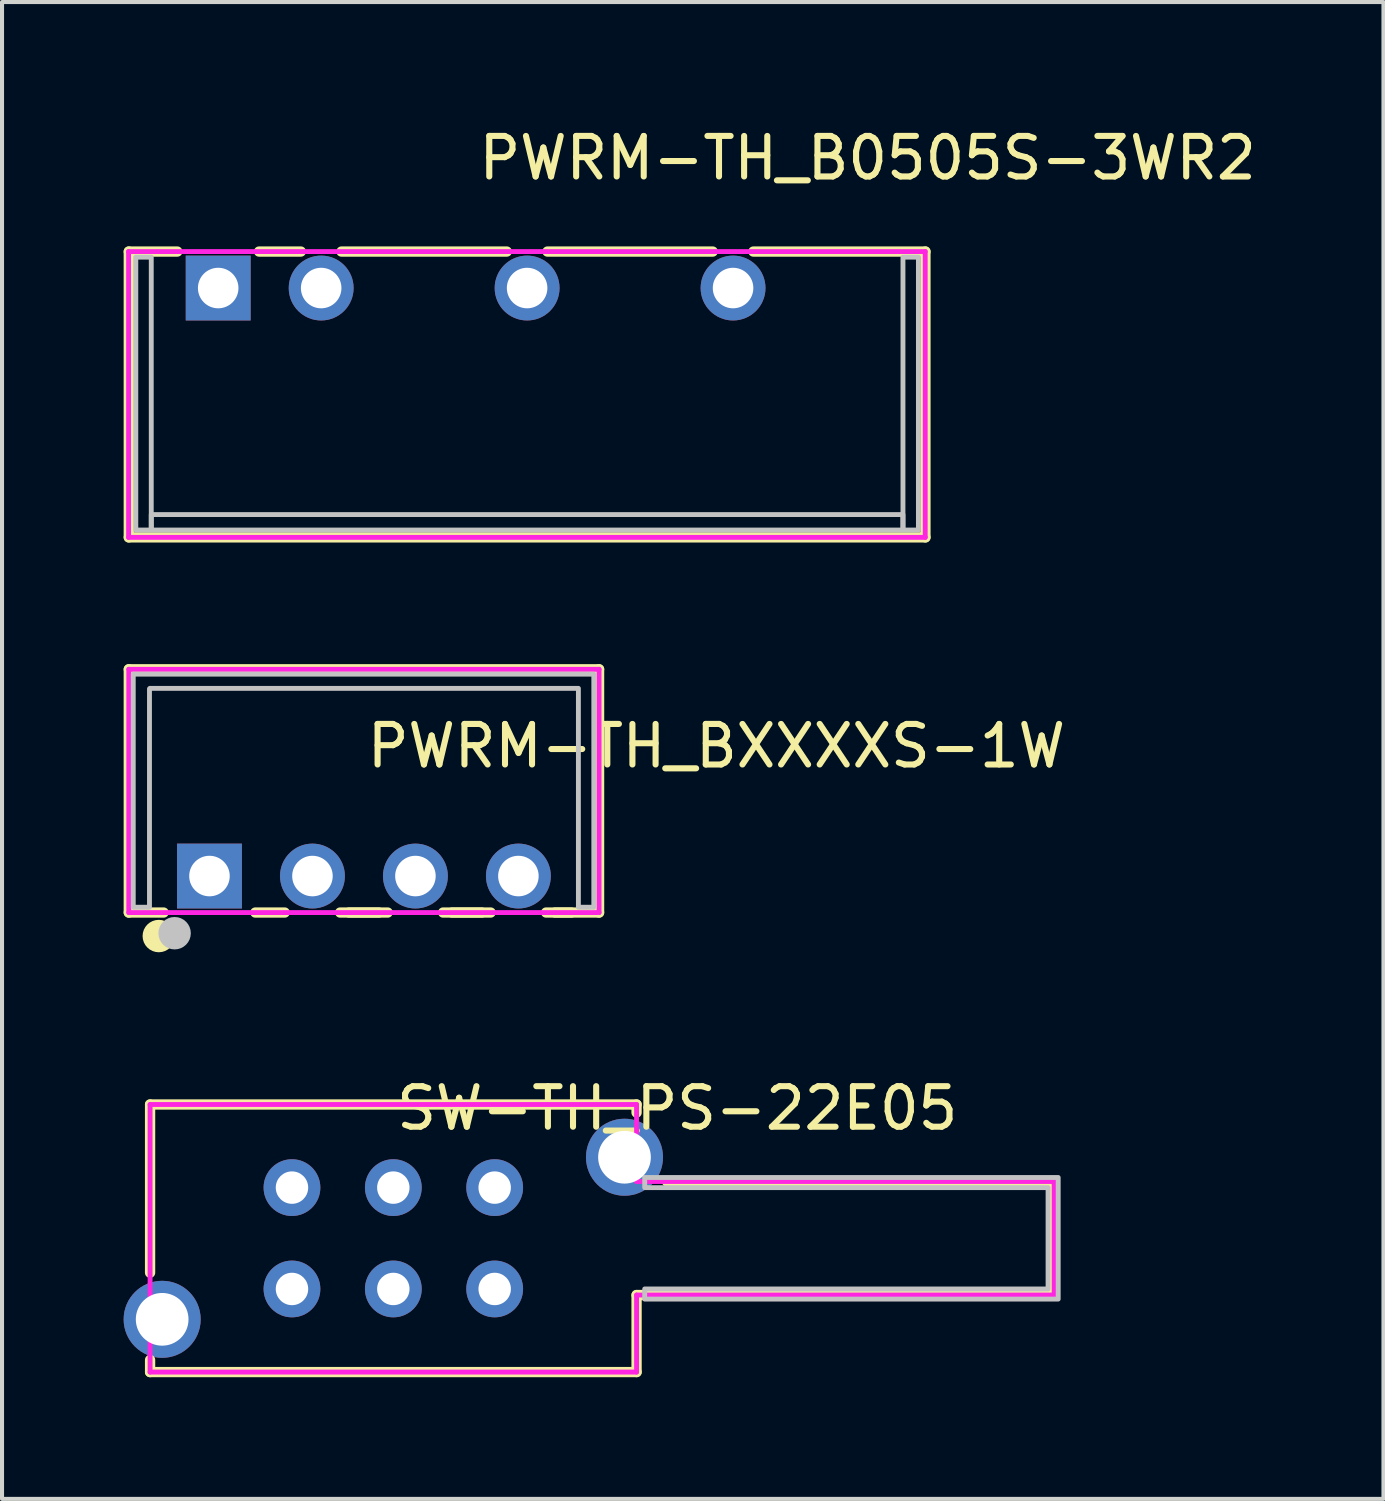
<source format=kicad_pcb>
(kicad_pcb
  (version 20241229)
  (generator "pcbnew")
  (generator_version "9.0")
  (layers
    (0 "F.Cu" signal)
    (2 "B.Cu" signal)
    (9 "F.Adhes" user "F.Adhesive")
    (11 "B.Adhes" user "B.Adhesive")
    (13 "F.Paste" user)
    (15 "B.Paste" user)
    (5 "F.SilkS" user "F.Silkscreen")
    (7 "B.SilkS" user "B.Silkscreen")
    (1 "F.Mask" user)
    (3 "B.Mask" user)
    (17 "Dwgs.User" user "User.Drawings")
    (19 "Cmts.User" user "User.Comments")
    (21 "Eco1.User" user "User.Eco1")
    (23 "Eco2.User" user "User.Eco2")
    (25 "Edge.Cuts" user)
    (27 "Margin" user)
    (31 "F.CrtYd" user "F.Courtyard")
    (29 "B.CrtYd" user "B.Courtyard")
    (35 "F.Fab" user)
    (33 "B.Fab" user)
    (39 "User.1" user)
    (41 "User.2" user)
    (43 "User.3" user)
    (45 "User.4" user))
  (footprint "PWRM-TH_B0505S-3WR2"
    (layer "F.Cu")
    (at 8.682 4.055)
    (property "Reference" "PWRM-TH_B0505S-3WR2" (at 0 -3.207 0) (layer "F.SilkS") (effects (font (size 1 1) (thickness 0.15)) (justify left)))
    (attr through_hole)
    (fp_line (start -8.555 -0.9) (end -8.555 6.15) (stroke (width 0.254) (type solid)) (layer "F.SilkS"))
    (fp_line (start -8.555 -0.9) (end -7.358 -0.9) (stroke (width 0.254) (type solid)) (layer "F.SilkS"))
    (fp_line (start -8.555 6.15) (end 11.095 6.15) (stroke (width 0.254) (type solid)) (layer "F.SilkS"))
    (fp_line (start -5.342 -0.9) (end -4.311 -0.9) (stroke (width 0.254) (type solid)) (layer "F.SilkS"))
    (fp_line (start -3.309 -0.9) (end 0.769 -0.9) (stroke (width 0.254) (type solid)) (layer "F.SilkS"))
    (fp_line (start 1.771 -0.9) (end 5.849 -0.9) (stroke (width 0.254) (type solid)) (layer "F.SilkS"))
    (fp_line (start 6.851 -0.9) (end 11.095 -0.9) (stroke (width 0.254) (type solid)) (layer "F.SilkS"))
    (fp_line (start 11.095 -0.9) (end 11.095 6.15) (stroke (width 0.254) (type solid)) (layer "F.SilkS"))
    (fp_poly (pts (xy -8.382 -0.762) (xy -8.382 5.969) (xy -8.001 5.969) (xy -8.001 -0.762)) (stroke (width 0.12) (type solid)) (fill no) (layer "Dwgs.User"))
    (fp_poly (pts (xy 10.541 5.969) (xy -8.001 5.969) (xy -8.001 5.588) (xy 10.541 5.588)) (stroke (width 0.12) (type solid)) (fill no) (layer "Dwgs.User"))
    (fp_poly (pts (xy 10.922 -0.762) (xy 10.922 5.969) (xy 10.541 5.969) (xy 10.541 -0.762)) (stroke (width 0.12) (type solid)) (fill no) (layer "Dwgs.User"))
    (fp_circle (center -8.555 6.15) (end -8.525 6.15) (stroke (width 0.06) (type solid)) (fill no) (layer "Eco2.User"))
    (fp_poly (pts (xy -6.6 -0.15) (xy -6.1 -0.15) (xy -6.1 0.15) (xy -6.6 0.15)) (stroke (width 0.12) (type solid)) (fill no) (layer "Eco2.User"))
    (fp_poly (pts (xy -4.06 -0.15) (xy -3.56 -0.15) (xy -3.56 0.15) (xy -4.06 0.15)) (stroke (width 0.12) (type solid)) (fill no) (layer "Eco2.User"))
    (fp_poly (pts (xy 1.02 -0.15) (xy 1.52 -0.15) (xy 1.52 0.15) (xy 1.02 0.15)) (stroke (width 0.12) (type solid)) (fill no) (layer "Eco2.User"))
    (fp_poly (pts (xy 6.1 -0.15) (xy 6.6 -0.15) (xy 6.6 0.15) (xy 6.1 0.15)) (stroke (width 0.12) (type solid)) (fill no) (layer "Eco2.User"))
    (fp_line (start -8.56 -0.9) (end 11.09 -0.9) (stroke (width 0.12) (type solid)) (layer "F.CrtYd"))
    (fp_line (start -8.56 6.15) (end -8.56 -0.9) (stroke (width 0.12) (type solid)) (layer "F.CrtYd"))
    (fp_line (start 11.09 -0.9) (end 11.09 6.15) (stroke (width 0.12) (type solid)) (layer "F.CrtYd"))
    (fp_line (start 11.09 6.15) (end -8.56 6.15) (stroke (width 0.12) (type solid)) (layer "F.CrtYd"))
    (pad "1" thru_hole rect (at -6.35 0) (size 1.6 1.6) (drill 1) (layers "*.Cu" "*.Mask"))
    (pad "2" thru_hole circle (at -3.81 0) (size 1.6 1.6) (drill 1) (layers "*.Cu" "*.Mask"))
    (pad "4" thru_hole circle (at 1.27 0) (size 1.6 1.6) (drill 1) (layers "*.Cu" "*.Mask"))
    (pad "6" thru_hole circle (at 6.35 0) (size 1.6 1.6) (drill 1) (layers "*.Cu" "*.Mask")))
  (footprint "PWRM-TH_BXXXXS-1W"
    (layer "F.Cu")
    (at 5.927 18.559)
    (property "Reference" "PWRM-TH_BXXXXS-1W" (at 0 -3.207 0) (layer "F.SilkS") (effects (font (size 1 1) (thickness 0.15)) (justify left)))
    (attr through_hole)
    (fp_line (start -5.8 -5.1) (end -5.8 0.9) (stroke (width 0.254) (type solid)) (layer "F.SilkS"))
    (fp_line (start -5.8 -5.1) (end 5.8 -5.1) (stroke (width 0.254) (type solid)) (layer "F.SilkS"))
    (fp_line (start -5.8 0.9) (end -4.941 0.9) (stroke (width 0.254) (type solid)) (layer "F.SilkS"))
    (fp_line (start -2.679 0.9) (end -1.954 0.9) (stroke (width 0.254) (type solid)) (layer "F.SilkS"))
    (fp_line (start -0.587 0.9) (end 0.586 0.9) (stroke (width 0.254) (type solid)) (layer "F.SilkS"))
    (fp_line (start -0.367 0.9) (end 0.367 0.9) (stroke (width 0.254) (type solid)) (layer "F.SilkS"))
    (fp_line (start 1.953 0.9) (end 3.126 0.9) (stroke (width 0.254) (type solid)) (layer "F.SilkS"))
    (fp_line (start 2.173 0.9) (end 2.907 0.9) (stroke (width 0.254) (type solid)) (layer "F.SilkS"))
    (fp_line (start 4.493 0.9) (end 5.116 0.9) (stroke (width 0.254) (type solid)) (layer "F.SilkS"))
    (fp_line (start 4.713 0.9) (end 5.8 0.9) (stroke (width 0.254) (type solid)) (layer "F.SilkS"))
    (fp_line (start 5.8 -5.1) (end 5.8 0.9) (stroke (width 0.254) (type solid)) (layer "F.SilkS"))
    (fp_circle (center -5.06 1.48) (end -4.86 1.48) (stroke (width 0.4) (type solid)) (fill no) (layer "F.SilkS"))
    (fp_circle (center -4.67 1.41) (end -4.47 1.41) (stroke (width 0.4) (type solid)) (fill no) (layer "Dwgs.User"))
    (fp_poly (pts (xy -5.69 0.77) (xy -5.69 -4.98) (xy 5.67 -4.98) (xy 5.67 0.77) (xy 5.29 0.77) (xy 5.29 -4.63) (xy -5.28 -4.63) (xy -5.29 -4.62) (xy -5.29 0.77)) (stroke (width 0.12) (type solid)) (fill no) (layer "Dwgs.User"))
    (fp_circle (center 5.8 -5.1) (end 5.83 -5.1) (stroke (width 0.06) (type solid)) (fill no) (layer "Eco2.User"))
    (fp_poly (pts (xy -4.06 -0.15) (xy -3.56 -0.15) (xy -3.56 0.15) (xy -4.06 0.15)) (stroke (width 0.12) (type solid)) (fill no) (layer "Eco2.User"))
    (fp_poly (pts (xy -1.52 -0.15) (xy -1.02 -0.15) (xy -1.02 0.15) (xy -1.52 0.15)) (stroke (width 0.12) (type solid)) (fill no) (layer "Eco2.User"))
    (fp_poly (pts (xy 1.02 -0.15) (xy 1.52 -0.15) (xy 1.52 0.15) (xy 1.02 0.15)) (stroke (width 0.12) (type solid)) (fill no) (layer "Eco2.User"))
    (fp_poly (pts (xy 3.56 -0.15) (xy 4.06 -0.15) (xy 4.06 0.15) (xy 3.56 0.15)) (stroke (width 0.12) (type solid)) (fill no) (layer "Eco2.User"))
    (fp_line (start -5.8 -5.1) (end 5.8 -5.1) (stroke (width 0.12) (type solid)) (layer "F.CrtYd"))
    (fp_line (start -5.8 0.9) (end -5.8 -5.1) (stroke (width 0.12) (type solid)) (layer "F.CrtYd"))
    (fp_line (start 5.8 -5.1) (end 5.8 0.9) (stroke (width 0.12) (type solid)) (layer "F.CrtYd"))
    (fp_line (start 5.8 0.9) (end -5.8 0.9) (stroke (width 0.12) (type solid)) (layer "F.CrtYd"))
    (pad "1" thru_hole rect (at -3.81 0) (size 1.6 1.6) (drill 1) (layers "*.Cu" "*.Mask"))
    (pad "2" thru_hole circle (at -1.27 0) (size 1.6 1.6) (drill 1) (layers "*.Cu" "*.Mask"))
    (pad "3" thru_hole circle (at 1.27 0) (size 1.6 1.6) (drill 1) (layers "*.Cu" "*.Mask"))
    (pad "4" thru_hole circle (at 3.81 0) (size 1.6 1.6) (drill 1) (layers "*.Cu" "*.Mask")))
  (footprint "SW-TH_PS-22E05"
    (layer "F.Cu")
    (at 6.652 27.494)
    (property "Reference" "SW-TH_PS-22E05" (at 0 -3.207 0) (layer "F.SilkS") (effects (font (size 1 1) (thickness 0.15)) (justify left)))
    (attr through_hole)
    (fp_line (start -6 -3.3) (end 6 -3.3) (stroke (width 0.254) (type solid)) (layer "F.SilkS"))
    (fp_line (start -6 0.85) (end -6 -3.3) (stroke (width 0.254) (type solid)) (layer "F.SilkS"))
    (fp_line (start -6 3.3) (end -6 3) (stroke (width 0.254) (type solid)) (layer "F.SilkS"))
    (fp_line (start 6 -3.3) (end 6 -3.1) (stroke (width 0.254) (type solid)) (layer "F.SilkS"))
    (fp_line (start 6 -2) (end 6 -1.75) (stroke (width 0.254) (type solid)) (layer "F.SilkS"))
    (fp_line (start 6 1.4) (end 6 3.3) (stroke (width 0.254) (type solid)) (layer "F.SilkS"))
    (fp_line (start 6 3.3) (end -6 3.3) (stroke (width 0.254) (type solid)) (layer "F.SilkS"))
    (fp_line (start 6.75 -1.4) (end 16.3 -1.4) (stroke (width 0.254) (type solid)) (layer "F.SilkS"))
    (fp_line (start 16.3 -1.4) (end 16.3 1.4) (stroke (width 0.254) (type solid)) (layer "F.SilkS"))
    (fp_line (start 16.3 1.4) (end 6 1.4) (stroke (width 0.254) (type solid)) (layer "F.SilkS"))
    (fp_poly (pts (xy 6.2 -1.5) (xy 6.2 -1.25) (xy 16.15 -1.25) (xy 16.15 1.25) (xy 6.2 1.25) (xy 6.2 1.5) (xy 16.4 1.5) (xy 16.4 -1.5)) (stroke (width 0.12) (type solid)) (fill no) (layer "Dwgs.User"))
    (fp_circle (center -6 -3.3) (end -5.97 -3.3) (stroke (width 0.06) (type solid)) (fill no) (layer "Eco2.User"))
    (fp_poly (pts (xy -5.999 1.45) (xy -5.399 1.45) (xy -5.399 2.55) (xy -5.999 2.55)) (stroke (width 0.12) (type solid)) (fill no) (layer "Eco2.User"))
    (fp_poly (pts (xy -2.75 -1.05) (xy -2.25 -1.05) (xy -2.25 -1.45) (xy -2.75 -1.45)) (stroke (width 0.12) (type solid)) (fill no) (layer "Eco2.User"))
    (fp_poly (pts (xy -2.75 1.45) (xy -2.25 1.45) (xy -2.25 1.05) (xy -2.75 1.05)) (stroke (width 0.12) (type solid)) (fill no) (layer "Eco2.User"))
    (fp_poly (pts (xy -0.25 -1.05) (xy 0.25 -1.05) (xy 0.25 -1.45) (xy -0.25 -1.45)) (stroke (width 0.12) (type solid)) (fill no) (layer "Eco2.User"))
    (fp_poly (pts (xy -0.25 1.45) (xy 0.25 1.45) (xy 0.25 1.05) (xy -0.25 1.05)) (stroke (width 0.12) (type solid)) (fill no) (layer "Eco2.User"))
    (fp_poly (pts (xy 2.25 -1.05) (xy 2.75 -1.05) (xy 2.75 -1.45) (xy 2.25 -1.45)) (stroke (width 0.12) (type solid)) (fill no) (layer "Eco2.User"))
    (fp_poly (pts (xy 2.25 1.45) (xy 2.75 1.45) (xy 2.75 1.05) (xy 2.25 1.05)) (stroke (width 0.12) (type solid)) (fill no) (layer "Eco2.User"))
    (fp_poly (pts (xy 5.4 -2.55) (xy 6 -2.55) (xy 6 -1.45) (xy 5.4 -1.45)) (stroke (width 0.12) (type solid)) (fill no) (layer "Eco2.User"))
    (fp_line (start -6 -3.3) (end 6 -3.3) (stroke (width 0.12) (type solid)) (layer "F.CrtYd"))
    (fp_line (start -6 3.3) (end -6 -3.3) (stroke (width 0.12) (type solid)) (layer "F.CrtYd"))
    (fp_line (start 6 -3.3) (end 6 -1.4) (stroke (width 0.12) (type solid)) (layer "F.CrtYd"))
    (fp_line (start 6 -1.4) (end 16.3 -1.4) (stroke (width 0.12) (type solid)) (layer "F.CrtYd"))
    (fp_line (start 6 1.4) (end 6 3.3) (stroke (width 0.12) (type solid)) (layer "F.CrtYd"))
    (fp_line (start 6 3.3) (end -6 3.3) (stroke (width 0.12) (type solid)) (layer "F.CrtYd"))
    (fp_line (start 16.3 -1.4) (end 16.3 1.4) (stroke (width 0.12) (type solid)) (layer "F.CrtYd"))
    (fp_line (start 16.3 1.4) (end 6 1.4) (stroke (width 0.12) (type solid)) (layer "F.CrtYd"))
    (pad "1" thru_hole circle (at -2.5 -1.25) (size 1.4 1.4) (drill 0.8) (layers "*.Cu" "*.Mask"))
    (pad "2" thru_hole circle (at -2.5 1.25) (size 1.4 1.4) (drill 0.8) (layers "*.Cu" "*.Mask"))
    (pad "3" thru_hole circle (at 0 1.25) (size 1.4 1.4) (drill 0.8) (layers "*.Cu" "*.Mask"))
    (pad "4" thru_hole circle (at 0 -1.25) (size 1.4 1.4) (drill 0.8) (layers "*.Cu" "*.Mask"))
    (pad "5" thru_hole circle (at 2.5 -1.25) (size 1.4 1.4) (drill 0.8) (layers "*.Cu" "*.Mask"))
    (pad "6" thru_hole circle (at 2.5 1.25) (size 1.4 1.4) (drill 0.8) (layers "*.Cu" "*.Mask"))
    (pad "7" thru_hole circle (at -5.702 1.999 180) (size 1.9 1.9) (drill 1.3) (layers "*.Cu" "*.Mask"))
    (pad "8" thru_hole circle (at 5.702 -1.999) (size 1.9 1.9) (drill 1.3) (layers "*.Cu" "*.Mask")))
  (gr_rect
    (start -3 -3)
    (end 31.075 33.922)
    (stroke (width 0.1) (type default))
    (fill no)
    (layer "Edge.Cuts")))
</source>
